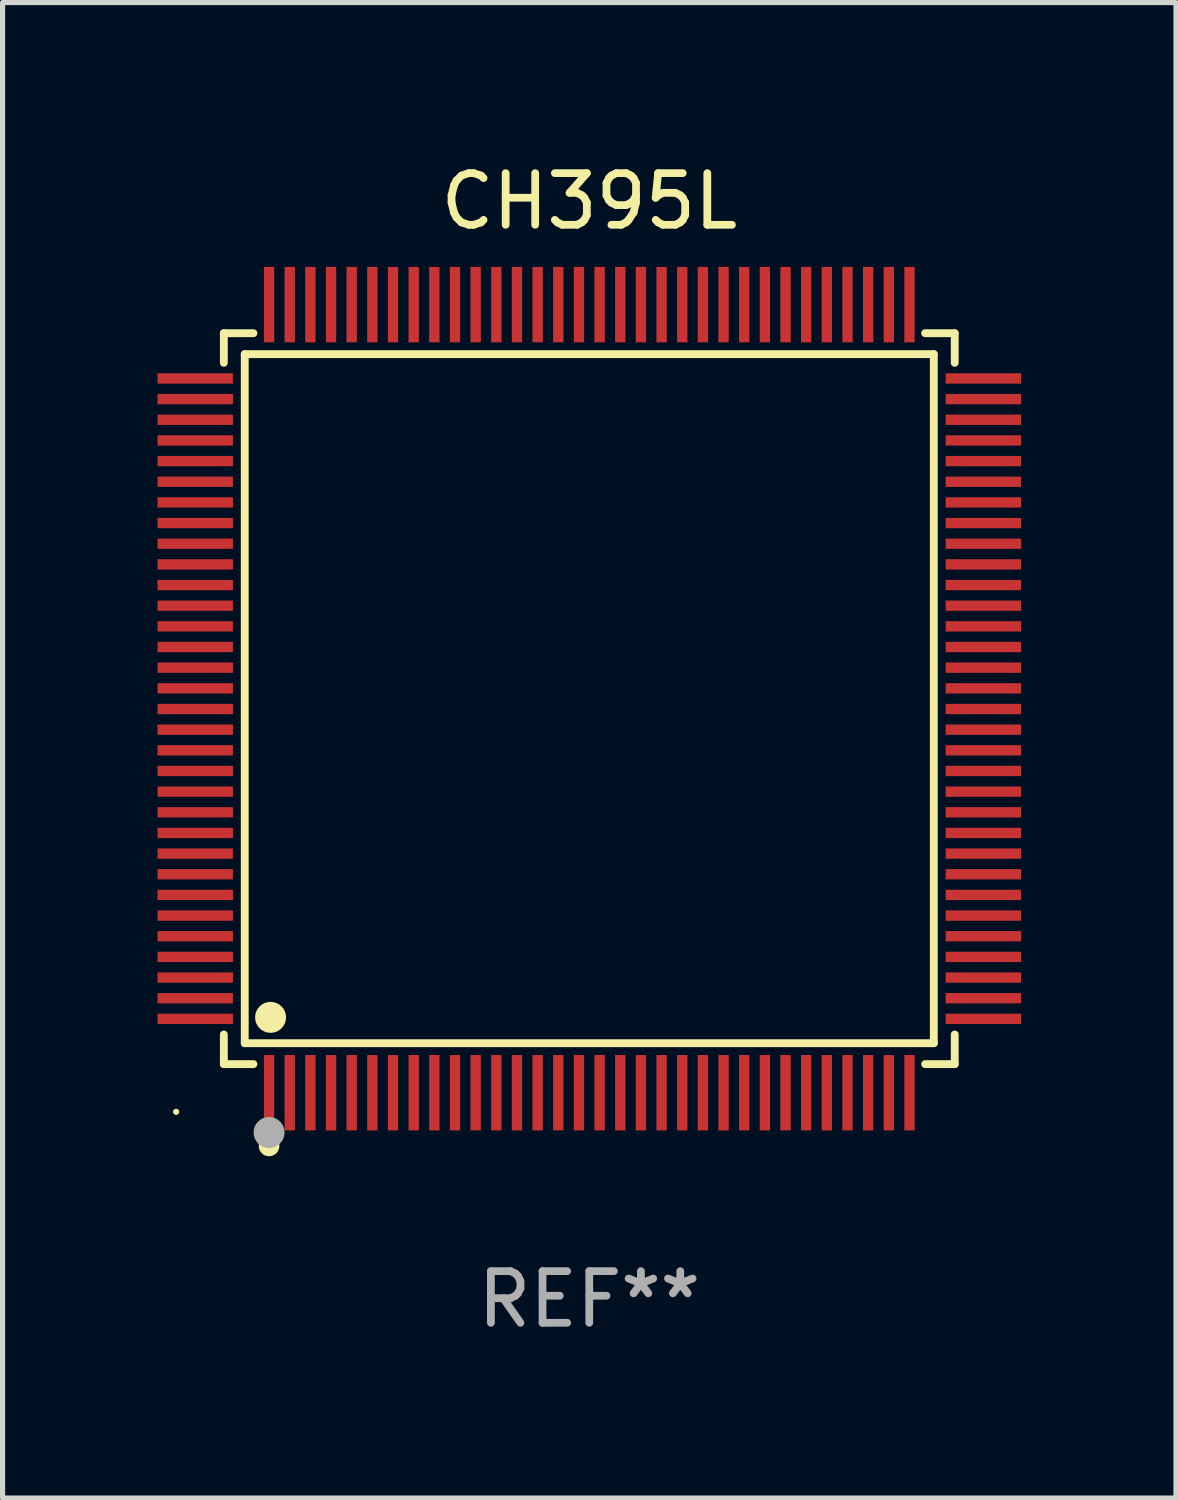
<source format=kicad_pcb>
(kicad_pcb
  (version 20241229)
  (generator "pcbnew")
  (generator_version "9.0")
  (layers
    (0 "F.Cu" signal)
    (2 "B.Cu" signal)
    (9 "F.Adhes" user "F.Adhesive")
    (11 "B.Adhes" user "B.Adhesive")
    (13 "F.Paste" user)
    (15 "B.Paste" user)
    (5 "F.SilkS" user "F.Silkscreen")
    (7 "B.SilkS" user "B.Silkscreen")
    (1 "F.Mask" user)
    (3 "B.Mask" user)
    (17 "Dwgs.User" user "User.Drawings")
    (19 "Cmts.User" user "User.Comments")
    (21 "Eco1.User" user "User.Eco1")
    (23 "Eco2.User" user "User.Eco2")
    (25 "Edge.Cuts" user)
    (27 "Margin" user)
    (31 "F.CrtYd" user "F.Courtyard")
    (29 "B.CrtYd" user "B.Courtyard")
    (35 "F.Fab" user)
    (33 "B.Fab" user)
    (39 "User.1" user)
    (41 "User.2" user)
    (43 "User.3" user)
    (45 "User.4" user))
  (footprint "CH395L"
    (layer "F.Cu")
    (at 8.36 10.478)
    (property "Reference" "CH395L" (at 0 -9.63 0) (layer "F.SilkS") (effects (font (size 1 1) (thickness 0.15))))
    (attr through_hole)
    (fp_line (start -7.076 -7.076) (end -6.503 -7.076) (stroke (width 0.152) (type solid)) (layer "F.SilkS"))
    (fp_line (start -7.076 -6.503) (end -7.076 -7.076) (stroke (width 0.152) (type solid)) (layer "F.SilkS"))
    (fp_line (start -7.076 6.503) (end -7.076 7.076) (stroke (width 0.152) (type solid)) (layer "F.SilkS"))
    (fp_line (start -7.076 7.076) (end -6.503 7.076) (stroke (width 0.152) (type solid)) (layer "F.SilkS"))
    (fp_line (start -6.671 -6.671) (end 6.671 -6.671) (stroke (width 0.152) (type solid)) (layer "F.SilkS"))
    (fp_line (start -6.671 6.671) (end -6.671 -6.671) (stroke (width 0.152) (type solid)) (layer "F.SilkS"))
    (fp_line (start 6.671 -6.671) (end 6.671 6.671) (stroke (width 0.152) (type solid)) (layer "F.SilkS"))
    (fp_line (start 6.671 6.671) (end -6.671 6.671) (stroke (width 0.152) (type solid)) (layer "F.SilkS"))
    (fp_line (start 7.076 -7.076) (end 6.503 -7.076) (stroke (width 0.152) (type solid)) (layer "F.SilkS"))
    (fp_line (start 7.076 -6.503) (end 7.076 -7.076) (stroke (width 0.152) (type solid)) (layer "F.SilkS"))
    (fp_line (start 7.076 6.503) (end 7.076 7.076) (stroke (width 0.152) (type solid)) (layer "F.SilkS"))
    (fp_line (start 7.076 7.076) (end 6.503 7.076) (stroke (width 0.152) (type solid)) (layer "F.SilkS"))
    (fp_circle (center -8 8) (end -7.97 8) (stroke (width 0.06) (type solid)) (fill no) (layer "F.SilkS"))
    (fp_circle (center -6.2 8.66) (end -6.1 8.66) (stroke (width 0.2) (type solid)) (fill no) (layer "F.SilkS"))
    (fp_circle (center -6.171 6.171) (end -6.021 6.171) (stroke (width 0.3) (type solid)) (fill no) (layer "F.SilkS"))
    (fp_circle (center -6.2 8.4) (end -6.05 8.4) (stroke (width 0.3) (type solid)) (fill no) (layer "F.Fab"))
    (fp_text user "REF**" (at 0 11.63 0) (layer "F.Fab") (effects (font (size 1 1) (thickness 0.15))))
    (pad "1" smd rect (at -6.2 7.63) (size 0.2 1.46) (layers "F.Cu" "F.Mask" "F.Paste"))
    (pad "2" smd rect (at -5.8 7.63) (size 0.2 1.46) (layers "F.Cu" "F.Mask" "F.Paste"))
    (pad "3" smd rect (at -5.4 7.63) (size 0.2 1.46) (layers "F.Cu" "F.Mask" "F.Paste"))
    (pad "4" smd rect (at -5 7.63) (size 0.2 1.46) (layers "F.Cu" "F.Mask" "F.Paste"))
    (pad "5" smd rect (at -4.6 7.63) (size 0.2 1.46) (layers "F.Cu" "F.Mask" "F.Paste"))
    (pad "6" smd rect (at -4.2 7.63) (size 0.2 1.46) (layers "F.Cu" "F.Mask" "F.Paste"))
    (pad "7" smd rect (at -3.8 7.63) (size 0.2 1.46) (layers "F.Cu" "F.Mask" "F.Paste"))
    (pad "8" smd rect (at -3.4 7.63) (size 0.2 1.46) (layers "F.Cu" "F.Mask" "F.Paste"))
    (pad "9" smd rect (at -3 7.63) (size 0.2 1.46) (layers "F.Cu" "F.Mask" "F.Paste"))
    (pad "10" smd rect (at -2.6 7.63) (size 0.2 1.46) (layers "F.Cu" "F.Mask" "F.Paste"))
    (pad "11" smd rect (at -2.2 7.63) (size 0.2 1.46) (layers "F.Cu" "F.Mask" "F.Paste"))
    (pad "12" smd rect (at -1.8 7.63) (size 0.2 1.46) (layers "F.Cu" "F.Mask" "F.Paste"))
    (pad "13" smd rect (at -1.4 7.63) (size 0.2 1.46) (layers "F.Cu" "F.Mask" "F.Paste"))
    (pad "14" smd rect (at -1 7.63) (size 0.2 1.46) (layers "F.Cu" "F.Mask" "F.Paste"))
    (pad "15" smd rect (at -0.6 7.63) (size 0.2 1.46) (layers "F.Cu" "F.Mask" "F.Paste"))
    (pad "16" smd rect (at -0.2 7.63) (size 0.2 1.46) (layers "F.Cu" "F.Mask" "F.Paste"))
    (pad "17" smd rect (at 0.2 7.63) (size 0.2 1.46) (layers "F.Cu" "F.Mask" "F.Paste"))
    (pad "18" smd rect (at 0.6 7.63) (size 0.2 1.46) (layers "F.Cu" "F.Mask" "F.Paste"))
    (pad "19" smd rect (at 1 7.63) (size 0.2 1.46) (layers "F.Cu" "F.Mask" "F.Paste"))
    (pad "20" smd rect (at 1.4 7.63) (size 0.2 1.46) (layers "F.Cu" "F.Mask" "F.Paste"))
    (pad "21" smd rect (at 1.8 7.63) (size 0.2 1.46) (layers "F.Cu" "F.Mask" "F.Paste"))
    (pad "22" smd rect (at 2.2 7.63) (size 0.2 1.46) (layers "F.Cu" "F.Mask" "F.Paste"))
    (pad "23" smd rect (at 2.6 7.63) (size 0.2 1.46) (layers "F.Cu" "F.Mask" "F.Paste"))
    (pad "24" smd rect (at 3 7.63) (size 0.2 1.46) (layers "F.Cu" "F.Mask" "F.Paste"))
    (pad "25" smd rect (at 3.4 7.63) (size 0.2 1.46) (layers "F.Cu" "F.Mask" "F.Paste"))
    (pad "26" smd rect (at 3.8 7.63) (size 0.2 1.46) (layers "F.Cu" "F.Mask" "F.Paste"))
    (pad "27" smd rect (at 4.2 7.63) (size 0.2 1.46) (layers "F.Cu" "F.Mask" "F.Paste"))
    (pad "28" smd rect (at 4.6 7.63) (size 0.2 1.46) (layers "F.Cu" "F.Mask" "F.Paste"))
    (pad "29" smd rect (at 5 7.63) (size 0.2 1.46) (layers "F.Cu" "F.Mask" "F.Paste"))
    (pad "30" smd rect (at 5.4 7.63) (size 0.2 1.46) (layers "F.Cu" "F.Mask" "F.Paste"))
    (pad "31" smd rect (at 5.8 7.63) (size 0.2 1.46) (layers "F.Cu" "F.Mask" "F.Paste"))
    (pad "32" smd rect (at 6.2 7.63) (size 0.2 1.46) (layers "F.Cu" "F.Mask" "F.Paste"))
    (pad "33" smd rect (at 7.63 6.2) (size 1.46 0.2) (layers "F.Cu" "F.Mask" "F.Paste"))
    (pad "34" smd rect (at 7.63 5.8) (size 1.46 0.2) (layers "F.Cu" "F.Mask" "F.Paste"))
    (pad "35" smd rect (at 7.63 5.4) (size 1.46 0.2) (layers "F.Cu" "F.Mask" "F.Paste"))
    (pad "36" smd rect (at 7.63 5) (size 1.46 0.2) (layers "F.Cu" "F.Mask" "F.Paste"))
    (pad "37" smd rect (at 7.63 4.6) (size 1.46 0.2) (layers "F.Cu" "F.Mask" "F.Paste"))
    (pad "38" smd rect (at 7.63 4.2) (size 1.46 0.2) (layers "F.Cu" "F.Mask" "F.Paste"))
    (pad "39" smd rect (at 7.63 3.8) (size 1.46 0.2) (layers "F.Cu" "F.Mask" "F.Paste"))
    (pad "40" smd rect (at 7.63 3.4) (size 1.46 0.2) (layers "F.Cu" "F.Mask" "F.Paste"))
    (pad "41" smd rect (at 7.63 3) (size 1.46 0.2) (layers "F.Cu" "F.Mask" "F.Paste"))
    (pad "42" smd rect (at 7.63 2.6) (size 1.46 0.2) (layers "F.Cu" "F.Mask" "F.Paste"))
    (pad "43" smd rect (at 7.63 2.2) (size 1.46 0.2) (layers "F.Cu" "F.Mask" "F.Paste"))
    (pad "44" smd rect (at 7.63 1.8) (size 1.46 0.2) (layers "F.Cu" "F.Mask" "F.Paste"))
    (pad "45" smd rect (at 7.63 1.4) (size 1.46 0.2) (layers "F.Cu" "F.Mask" "F.Paste"))
    (pad "46" smd rect (at 7.63 1) (size 1.46 0.2) (layers "F.Cu" "F.Mask" "F.Paste"))
    (pad "47" smd rect (at 7.63 0.6) (size 1.46 0.2) (layers "F.Cu" "F.Mask" "F.Paste"))
    (pad "48" smd rect (at 7.63 0.2) (size 1.46 0.2) (layers "F.Cu" "F.Mask" "F.Paste"))
    (pad "49" smd rect (at 7.63 -0.2) (size 1.46 0.2) (layers "F.Cu" "F.Mask" "F.Paste"))
    (pad "50" smd rect (at 7.63 -0.6) (size 1.46 0.2) (layers "F.Cu" "F.Mask" "F.Paste"))
    (pad "51" smd rect (at 7.63 -1) (size 1.46 0.2) (layers "F.Cu" "F.Mask" "F.Paste"))
    (pad "52" smd rect (at 7.63 -1.4) (size 1.46 0.2) (layers "F.Cu" "F.Mask" "F.Paste"))
    (pad "53" smd rect (at 7.63 -1.8) (size 1.46 0.2) (layers "F.Cu" "F.Mask" "F.Paste"))
    (pad "54" smd rect (at 7.63 -2.2) (size 1.46 0.2) (layers "F.Cu" "F.Mask" "F.Paste"))
    (pad "55" smd rect (at 7.63 -2.6) (size 1.46 0.2) (layers "F.Cu" "F.Mask" "F.Paste"))
    (pad "56" smd rect (at 7.63 -3) (size 1.46 0.2) (layers "F.Cu" "F.Mask" "F.Paste"))
    (pad "57" smd rect (at 7.63 -3.4) (size 1.46 0.2) (layers "F.Cu" "F.Mask" "F.Paste"))
    (pad "58" smd rect (at 7.63 -3.8) (size 1.46 0.2) (layers "F.Cu" "F.Mask" "F.Paste"))
    (pad "59" smd rect (at 7.63 -4.2) (size 1.46 0.2) (layers "F.Cu" "F.Mask" "F.Paste"))
    (pad "60" smd rect (at 7.63 -4.6) (size 1.46 0.2) (layers "F.Cu" "F.Mask" "F.Paste"))
    (pad "61" smd rect (at 7.63 -5) (size 1.46 0.2) (layers "F.Cu" "F.Mask" "F.Paste"))
    (pad "62" smd rect (at 7.63 -5.4) (size 1.46 0.2) (layers "F.Cu" "F.Mask" "F.Paste"))
    (pad "63" smd rect (at 7.63 -5.8) (size 1.46 0.2) (layers "F.Cu" "F.Mask" "F.Paste"))
    (pad "64" smd rect (at 7.63 -6.2) (size 1.46 0.2) (layers "F.Cu" "F.Mask" "F.Paste"))
    (pad "65" smd rect (at 6.2 -7.63) (size 0.2 1.46) (layers "F.Cu" "F.Mask" "F.Paste"))
    (pad "66" smd rect (at 5.8 -7.63) (size 0.2 1.46) (layers "F.Cu" "F.Mask" "F.Paste"))
    (pad "67" smd rect (at 5.4 -7.63) (size 0.2 1.46) (layers "F.Cu" "F.Mask" "F.Paste"))
    (pad "68" smd rect (at 5 -7.63) (size 0.2 1.46) (layers "F.Cu" "F.Mask" "F.Paste"))
    (pad "69" smd rect (at 4.6 -7.63) (size 0.2 1.46) (layers "F.Cu" "F.Mask" "F.Paste"))
    (pad "70" smd rect (at 4.2 -7.63) (size 0.2 1.46) (layers "F.Cu" "F.Mask" "F.Paste"))
    (pad "71" smd rect (at 3.8 -7.63) (size 0.2 1.46) (layers "F.Cu" "F.Mask" "F.Paste"))
    (pad "72" smd rect (at 3.4 -7.63) (size 0.2 1.46) (layers "F.Cu" "F.Mask" "F.Paste"))
    (pad "73" smd rect (at 3 -7.63) (size 0.2 1.46) (layers "F.Cu" "F.Mask" "F.Paste"))
    (pad "74" smd rect (at 2.6 -7.63) (size 0.2 1.46) (layers "F.Cu" "F.Mask" "F.Paste"))
    (pad "75" smd rect (at 2.2 -7.63) (size 0.2 1.46) (layers "F.Cu" "F.Mask" "F.Paste"))
    (pad "76" smd rect (at 1.8 -7.63) (size 0.2 1.46) (layers "F.Cu" "F.Mask" "F.Paste"))
    (pad "77" smd rect (at 1.4 -7.63) (size 0.2 1.46) (layers "F.Cu" "F.Mask" "F.Paste"))
    (pad "78" smd rect (at 1 -7.63) (size 0.2 1.46) (layers "F.Cu" "F.Mask" "F.Paste"))
    (pad "79" smd rect (at 0.6 -7.63) (size 0.2 1.46) (layers "F.Cu" "F.Mask" "F.Paste"))
    (pad "80" smd rect (at 0.2 -7.63) (size 0.2 1.46) (layers "F.Cu" "F.Mask" "F.Paste"))
    (pad "81" smd rect (at -0.2 -7.63) (size 0.2 1.46) (layers "F.Cu" "F.Mask" "F.Paste"))
    (pad "82" smd rect (at -0.6 -7.63) (size 0.2 1.46) (layers "F.Cu" "F.Mask" "F.Paste"))
    (pad "83" smd rect (at -1 -7.63) (size 0.2 1.46) (layers "F.Cu" "F.Mask" "F.Paste"))
    (pad "84" smd rect (at -1.4 -7.63) (size 0.2 1.46) (layers "F.Cu" "F.Mask" "F.Paste"))
    (pad "85" smd rect (at -1.8 -7.63) (size 0.2 1.46) (layers "F.Cu" "F.Mask" "F.Paste"))
    (pad "86" smd rect (at -2.2 -7.63) (size 0.2 1.46) (layers "F.Cu" "F.Mask" "F.Paste"))
    (pad "87" smd rect (at -2.6 -7.63) (size 0.2 1.46) (layers "F.Cu" "F.Mask" "F.Paste"))
    (pad "88" smd rect (at -3 -7.63) (size 0.2 1.46) (layers "F.Cu" "F.Mask" "F.Paste"))
    (pad "89" smd rect (at -3.4 -7.63) (size 0.2 1.46) (layers "F.Cu" "F.Mask" "F.Paste"))
    (pad "90" smd rect (at -3.8 -7.63) (size 0.2 1.46) (layers "F.Cu" "F.Mask" "F.Paste"))
    (pad "91" smd rect (at -4.2 -7.63) (size 0.2 1.46) (layers "F.Cu" "F.Mask" "F.Paste"))
    (pad "92" smd rect (at -4.6 -7.63) (size 0.2 1.46) (layers "F.Cu" "F.Mask" "F.Paste"))
    (pad "93" smd rect (at -5 -7.63) (size 0.2 1.46) (layers "F.Cu" "F.Mask" "F.Paste"))
    (pad "94" smd rect (at -5.4 -7.63) (size 0.2 1.46) (layers "F.Cu" "F.Mask" "F.Paste"))
    (pad "95" smd rect (at -5.8 -7.63) (size 0.2 1.46) (layers "F.Cu" "F.Mask" "F.Paste"))
    (pad "96" smd rect (at -6.2 -7.63) (size 0.2 1.46) (layers "F.Cu" "F.Mask" "F.Paste"))
    (pad "97" smd rect (at -7.63 -6.2) (size 1.46 0.2) (layers "F.Cu" "F.Mask" "F.Paste"))
    (pad "98" smd rect (at -7.63 -5.8) (size 1.46 0.2) (layers "F.Cu" "F.Mask" "F.Paste"))
    (pad "99" smd rect (at -7.63 -5.4) (size 1.46 0.2) (layers "F.Cu" "F.Mask" "F.Paste"))
    (pad "100" smd rect (at -7.63 -5) (size 1.46 0.2) (layers "F.Cu" "F.Mask" "F.Paste"))
    (pad "101" smd rect (at -7.63 -4.6) (size 1.46 0.2) (layers "F.Cu" "F.Mask" "F.Paste"))
    (pad "102" smd rect (at -7.63 -4.2) (size 1.46 0.2) (layers "F.Cu" "F.Mask" "F.Paste"))
    (pad "103" smd rect (at -7.63 -3.8) (size 1.46 0.2) (layers "F.Cu" "F.Mask" "F.Paste"))
    (pad "104" smd rect (at -7.63 -3.4) (size 1.46 0.2) (layers "F.Cu" "F.Mask" "F.Paste"))
    (pad "105" smd rect (at -7.63 -3) (size 1.46 0.2) (layers "F.Cu" "F.Mask" "F.Paste"))
    (pad "106" smd rect (at -7.63 -2.6) (size 1.46 0.2) (layers "F.Cu" "F.Mask" "F.Paste"))
    (pad "107" smd rect (at -7.63 -2.2) (size 1.46 0.2) (layers "F.Cu" "F.Mask" "F.Paste"))
    (pad "108" smd rect (at -7.63 -1.8) (size 1.46 0.2) (layers "F.Cu" "F.Mask" "F.Paste"))
    (pad "109" smd rect (at -7.63 -1.4) (size 1.46 0.2) (layers "F.Cu" "F.Mask" "F.Paste"))
    (pad "110" smd rect (at -7.63 -1) (size 1.46 0.2) (layers "F.Cu" "F.Mask" "F.Paste"))
    (pad "111" smd rect (at -7.63 -0.6) (size 1.46 0.2) (layers "F.Cu" "F.Mask" "F.Paste"))
    (pad "112" smd rect (at -7.63 -0.2) (size 1.46 0.2) (layers "F.Cu" "F.Mask" "F.Paste"))
    (pad "113" smd rect (at -7.63 0.2) (size 1.46 0.2) (layers "F.Cu" "F.Mask" "F.Paste"))
    (pad "114" smd rect (at -7.63 0.6) (size 1.46 0.2) (layers "F.Cu" "F.Mask" "F.Paste"))
    (pad "115" smd rect (at -7.63 1) (size 1.46 0.2) (layers "F.Cu" "F.Mask" "F.Paste"))
    (pad "116" smd rect (at -7.63 1.4) (size 1.46 0.2) (layers "F.Cu" "F.Mask" "F.Paste"))
    (pad "117" smd rect (at -7.63 1.8) (size 1.46 0.2) (layers "F.Cu" "F.Mask" "F.Paste"))
    (pad "118" smd rect (at -7.63 2.2) (size 1.46 0.2) (layers "F.Cu" "F.Mask" "F.Paste"))
    (pad "119" smd rect (at -7.63 2.6) (size 1.46 0.2) (layers "F.Cu" "F.Mask" "F.Paste"))
    (pad "120" smd rect (at -7.63 3) (size 1.46 0.2) (layers "F.Cu" "F.Mask" "F.Paste"))
    (pad "121" smd rect (at -7.63 3.4) (size 1.46 0.2) (layers "F.Cu" "F.Mask" "F.Paste"))
    (pad "122" smd rect (at -7.63 3.8) (size 1.46 0.2) (layers "F.Cu" "F.Mask" "F.Paste"))
    (pad "123" smd rect (at -7.63 4.2) (size 1.46 0.2) (layers "F.Cu" "F.Mask" "F.Paste"))
    (pad "124" smd rect (at -7.63 4.6) (size 1.46 0.2) (layers "F.Cu" "F.Mask" "F.Paste"))
    (pad "125" smd rect (at -7.63 5) (size 1.46 0.2) (layers "F.Cu" "F.Mask" "F.Paste"))
    (pad "126" smd rect (at -7.63 5.4) (size 1.46 0.2) (layers "F.Cu" "F.Mask" "F.Paste"))
    (pad "127" smd rect (at -7.63 5.8) (size 1.46 0.2) (layers "F.Cu" "F.Mask" "F.Paste"))
    (pad "128" smd rect (at -7.63 6.2) (size 1.46 0.2) (layers "F.Cu" "F.Mask" "F.Paste")))
  (gr_rect
    (start -3 -3)
    (end 19.72 25.956)
    (stroke (width 0.1) (type default))
    (fill no)
    (layer "Edge.Cuts")))
</source>
